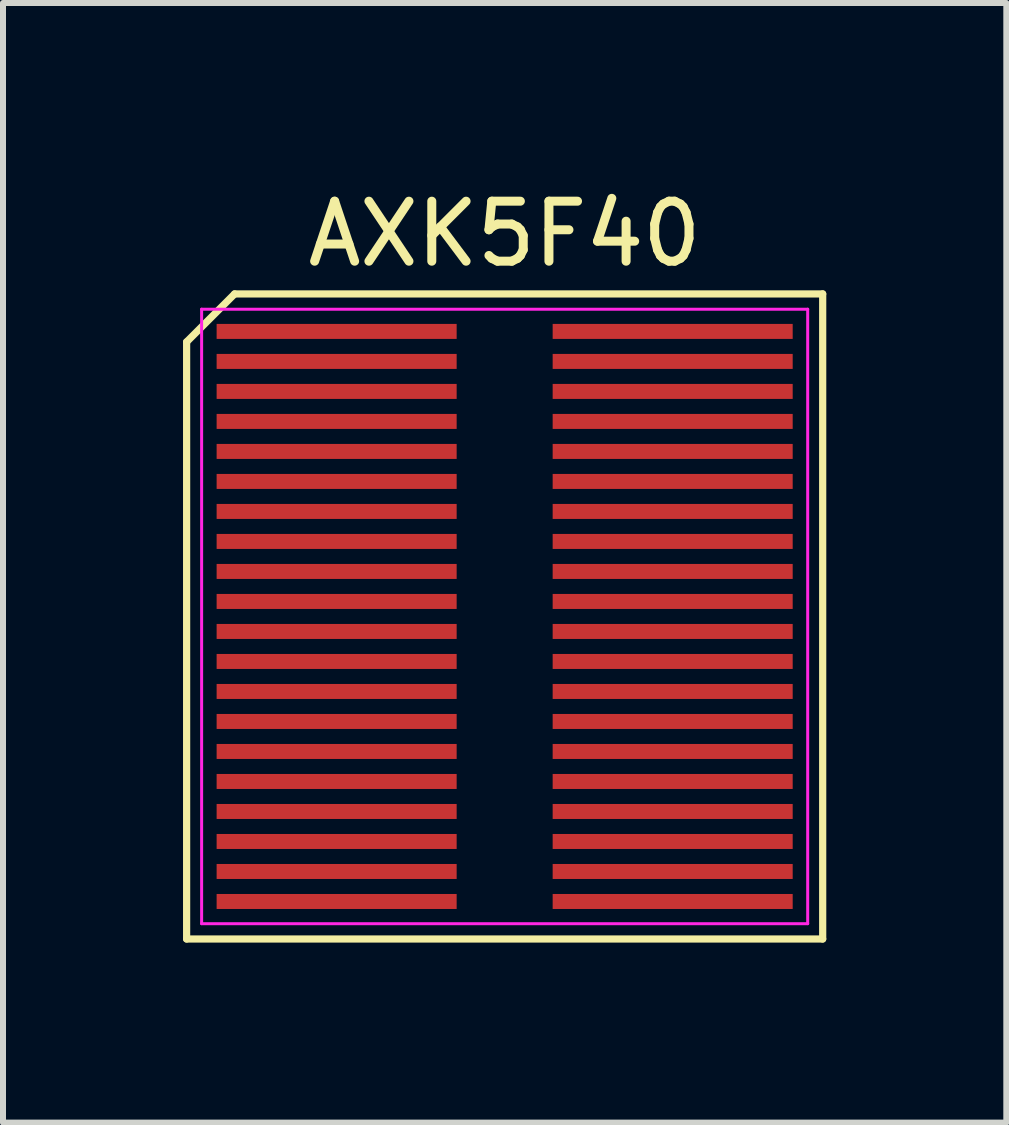
<source format=kicad_pcb>
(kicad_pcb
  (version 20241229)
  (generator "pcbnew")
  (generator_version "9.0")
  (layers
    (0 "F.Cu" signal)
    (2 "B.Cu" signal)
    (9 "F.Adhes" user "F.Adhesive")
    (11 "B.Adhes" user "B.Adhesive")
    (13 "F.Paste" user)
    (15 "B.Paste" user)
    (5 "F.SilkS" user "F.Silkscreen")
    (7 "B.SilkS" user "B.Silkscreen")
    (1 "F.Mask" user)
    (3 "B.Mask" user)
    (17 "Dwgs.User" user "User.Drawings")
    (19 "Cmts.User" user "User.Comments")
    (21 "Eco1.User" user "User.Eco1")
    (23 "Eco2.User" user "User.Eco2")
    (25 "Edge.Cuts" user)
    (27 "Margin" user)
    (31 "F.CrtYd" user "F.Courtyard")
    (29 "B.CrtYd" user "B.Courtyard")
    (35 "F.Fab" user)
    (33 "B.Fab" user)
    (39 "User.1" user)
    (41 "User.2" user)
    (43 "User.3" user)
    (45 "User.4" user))
  (footprint "AXK5F40"
    (layer "F.Cu")
    (at 5.36 7.223)
    (property "Reference" "AXK5F40" (at 0 -6.375 0) (layer "F.SilkS") (effects (font (size 1 1) (thickness 0.15))))
    (attr smd)
    (fp_line (start -5.3 -4.575) (end -4.5 -5.375) (stroke (width 0.12) (type default)) (layer "F.SilkS"))
    (fp_line (start -5.3 5.375) (end -5.3 -4.575) (stroke (width 0.12) (type default)) (layer "F.SilkS"))
    (fp_line (start -4.5 -5.375) (end 5.3 -5.375) (stroke (width 0.12) (type default)) (layer "F.SilkS"))
    (fp_line (start 5.3 -5.375) (end 5.3 5.375) (stroke (width 0.12) (type default)) (layer "F.SilkS"))
    (fp_line (start 5.3 5.375) (end -5.3 5.375) (stroke (width 0.12) (type default)) (layer "F.SilkS"))
    (fp_line (start -5.05 -5.12) (end 5.05 -5.12) (stroke (width 0.05) (type default)) (layer "F.CrtYd"))
    (fp_line (start -5.05 5.12) (end -5.05 -5.12) (stroke (width 0.05) (type default)) (layer "F.CrtYd"))
    (fp_line (start 5.05 -5.12) (end 5.05 5.12) (stroke (width 0.05) (type default)) (layer "F.CrtYd"))
    (fp_line (start 5.05 5.12) (end -5.05 5.12) (stroke (width 0.05) (type default)) (layer "F.CrtYd"))
    (pad "1" smd rect (at -2.8 -4.75 270) (size 0.25 4) (layers "F.Cu" "F.Mask" "F.Paste"))
    (pad "2" smd rect (at 2.8 -4.75 270) (size 0.25 4) (layers "F.Cu" "F.Mask" "F.Paste"))
    (pad "3" smd rect (at -2.8 -4.25 270) (size 0.25 4) (layers "F.Cu" "F.Mask" "F.Paste"))
    (pad "4" smd rect (at 2.8 -4.25 270) (size 0.25 4) (layers "F.Cu" "F.Mask" "F.Paste"))
    (pad "5" smd rect (at -2.8 -3.75 270) (size 0.25 4) (layers "F.Cu" "F.Mask" "F.Paste"))
    (pad "6" smd rect (at 2.8 -3.75 270) (size 0.25 4) (layers "F.Cu" "F.Mask" "F.Paste"))
    (pad "7" smd rect (at -2.8 -3.25 270) (size 0.25 4) (layers "F.Cu" "F.Mask" "F.Paste"))
    (pad "8" smd rect (at 2.8 -3.25 270) (size 0.25 4) (layers "F.Cu" "F.Mask" "F.Paste"))
    (pad "9" smd rect (at -2.8 -2.75 270) (size 0.25 4) (layers "F.Cu" "F.Mask" "F.Paste"))
    (pad "10" smd rect (at 2.8 -2.75 270) (size 0.25 4) (layers "F.Cu" "F.Mask" "F.Paste"))
    (pad "11" smd rect (at -2.8 -2.25 270) (size 0.25 4) (layers "F.Cu" "F.Mask" "F.Paste"))
    (pad "12" smd rect (at 2.8 -2.25 270) (size 0.25 4) (layers "F.Cu" "F.Mask" "F.Paste"))
    (pad "13" smd rect (at -2.8 -1.75 270) (size 0.25 4) (layers "F.Cu" "F.Mask" "F.Paste"))
    (pad "14" smd rect (at 2.8 -1.75 270) (size 0.25 4) (layers "F.Cu" "F.Mask" "F.Paste"))
    (pad "15" smd rect (at -2.8 -1.25 270) (size 0.25 4) (layers "F.Cu" "F.Mask" "F.Paste"))
    (pad "16" smd rect (at 2.8 -1.25 270) (size 0.25 4) (layers "F.Cu" "F.Mask" "F.Paste"))
    (pad "17" smd rect (at -2.8 -0.75 270) (size 0.25 4) (layers "F.Cu" "F.Mask" "F.Paste"))
    (pad "18" smd rect (at 2.8 -0.75 270) (size 0.25 4) (layers "F.Cu" "F.Mask" "F.Paste"))
    (pad "19" smd rect (at -2.8 -0.25 270) (size 0.25 4) (layers "F.Cu" "F.Mask" "F.Paste"))
    (pad "20" smd rect (at 2.8 -0.25 270) (size 0.25 4) (layers "F.Cu" "F.Mask" "F.Paste"))
    (pad "21" smd rect (at -2.8 0.25 270) (size 0.25 4) (layers "F.Cu" "F.Mask" "F.Paste"))
    (pad "22" smd rect (at 2.8 0.25 270) (size 0.25 4) (layers "F.Cu" "F.Mask" "F.Paste"))
    (pad "23" smd rect (at -2.8 0.75 270) (size 0.25 4) (layers "F.Cu" "F.Mask" "F.Paste"))
    (pad "24" smd rect (at 2.8 0.75 270) (size 0.25 4) (layers "F.Cu" "F.Mask" "F.Paste"))
    (pad "25" smd rect (at -2.8 1.25 270) (size 0.25 4) (layers "F.Cu" "F.Mask" "F.Paste"))
    (pad "26" smd rect (at 2.8 1.25 270) (size 0.25 4) (layers "F.Cu" "F.Mask" "F.Paste"))
    (pad "27" smd rect (at -2.8 1.75 270) (size 0.25 4) (layers "F.Cu" "F.Mask" "F.Paste"))
    (pad "28" smd rect (at 2.8 1.75 270) (size 0.25 4) (layers "F.Cu" "F.Mask" "F.Paste"))
    (pad "29" smd rect (at -2.8 2.25 270) (size 0.25 4) (layers "F.Cu" "F.Mask" "F.Paste"))
    (pad "30" smd rect (at 2.8 2.25 270) (size 0.25 4) (layers "F.Cu" "F.Mask" "F.Paste"))
    (pad "31" smd rect (at -2.8 2.75 270) (size 0.25 4) (layers "F.Cu" "F.Mask" "F.Paste"))
    (pad "32" smd rect (at 2.8 2.75 270) (size 0.25 4) (layers "F.Cu" "F.Mask" "F.Paste"))
    (pad "33" smd rect (at -2.8 3.25 270) (size 0.25 4) (layers "F.Cu" "F.Mask" "F.Paste"))
    (pad "34" smd rect (at 2.8 3.25 270) (size 0.25 4) (layers "F.Cu" "F.Mask" "F.Paste"))
    (pad "35" smd rect (at -2.8 3.75 270) (size 0.25 4) (layers "F.Cu" "F.Mask" "F.Paste"))
    (pad "36" smd rect (at 2.8 3.75 270) (size 0.25 4) (layers "F.Cu" "F.Mask" "F.Paste"))
    (pad "37" smd rect (at -2.8 4.25 270) (size 0.25 4) (layers "F.Cu" "F.Mask" "F.Paste"))
    (pad "38" smd rect (at 2.8 4.25 270) (size 0.25 4) (layers "F.Cu" "F.Mask" "F.Paste"))
    (pad "39" smd rect (at -2.8 4.75 270) (size 0.25 4) (layers "F.Cu" "F.Mask" "F.Paste"))
    (pad "40" smd rect (at 2.8 4.75 270) (size 0.25 4) (layers "F.Cu" "F.Mask" "F.Paste")))
  (gr_rect
    (start -3 -3)
    (end 13.72 15.658)
    (stroke (width 0.1) (type default))
    (fill no)
    (layer "Edge.Cuts")))
</source>
